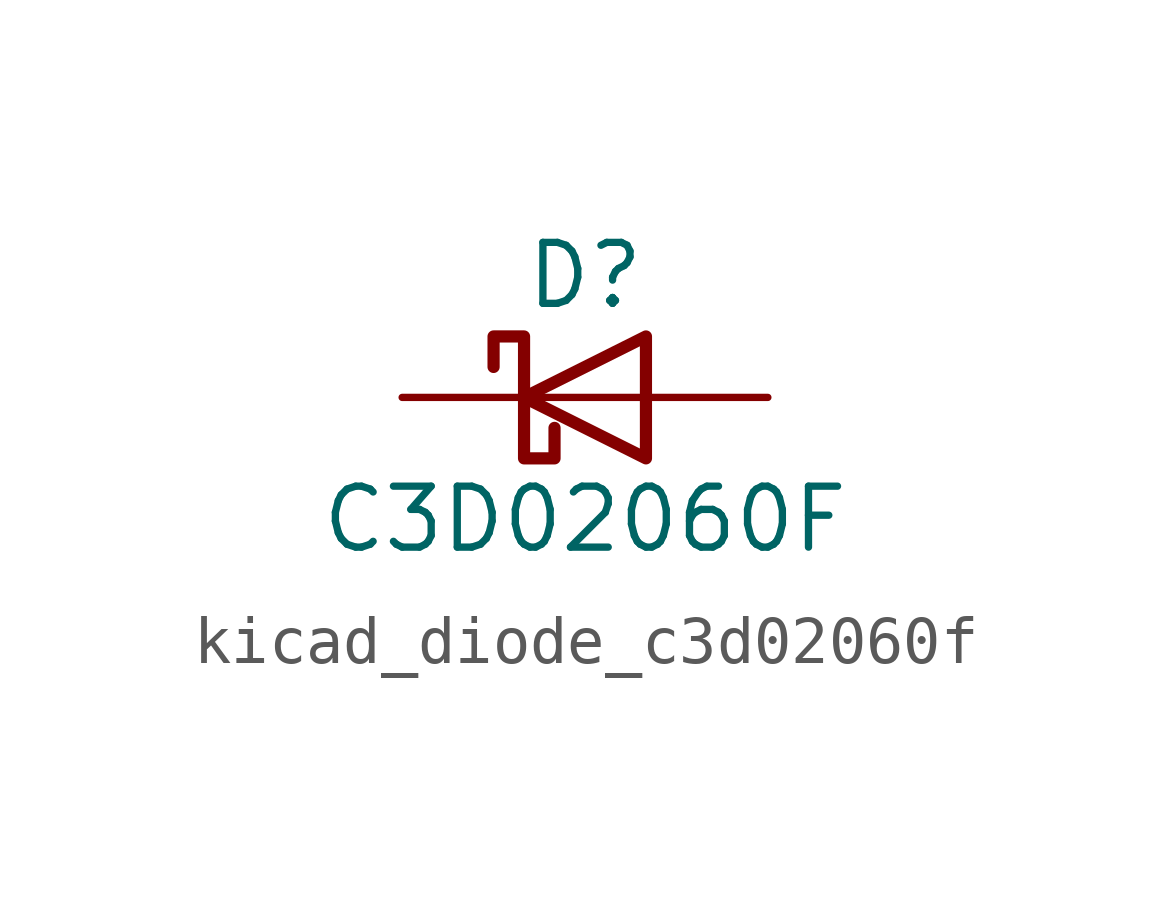
<source format=kicad_sym>
(kicad_symbol_lib
  (version 20220914)
  (generator kicad_symbol_editor)
  (symbol "kicad_diode_c3d02060f"
    (pin_numbers hide)
    (pin_names
      (offset 1.016) hide)
    (property "Reference" "D"
      (at 0 2.54 0)
      (effects (font (size 1.27 1.27))))
    (property "Value" "C3D02060F"
      (at 0 -2.54 0)
      (effects (font (size 1.27 1.27))))
    (symbol "kicad_diode_c3d02060f_0_1"
      (polyline (pts (xy 1.27 0) (xy -1.27 0)) (stroke (width 0) (type default)) (fill (type none)))
      (polyline (pts (xy 1.27 1.27) (xy 1.27 -1.27) (xy -1.27 0) (xy 1.27 1.27)) (stroke (width 0.254) (type default)) (fill (type none)))
      (polyline (pts (xy -1.905 0.635) (xy -1.905 1.27) (xy -1.27 1.27) (xy -1.27 -1.27) (xy -0.635 -1.27) (xy -0.635 -0.635)) (stroke (width 0.254) (type default)) (fill (type none))))
    (symbol "kicad_diode_c3d02060f_1_1"
      (pin passive line (at -3.81 0 0) (length 2.54) (name "K" (effects (font (size 1.27 1.27)))) (number "1" (effects (font (size 1.27 1.27)))))
      (pin passive line (at 3.81 0 180) (length 2.54) (name "A" (effects (font (size 1.27 1.27)))) (number "2" (effects (font (size 1.27 1.27))))))))
</source>
